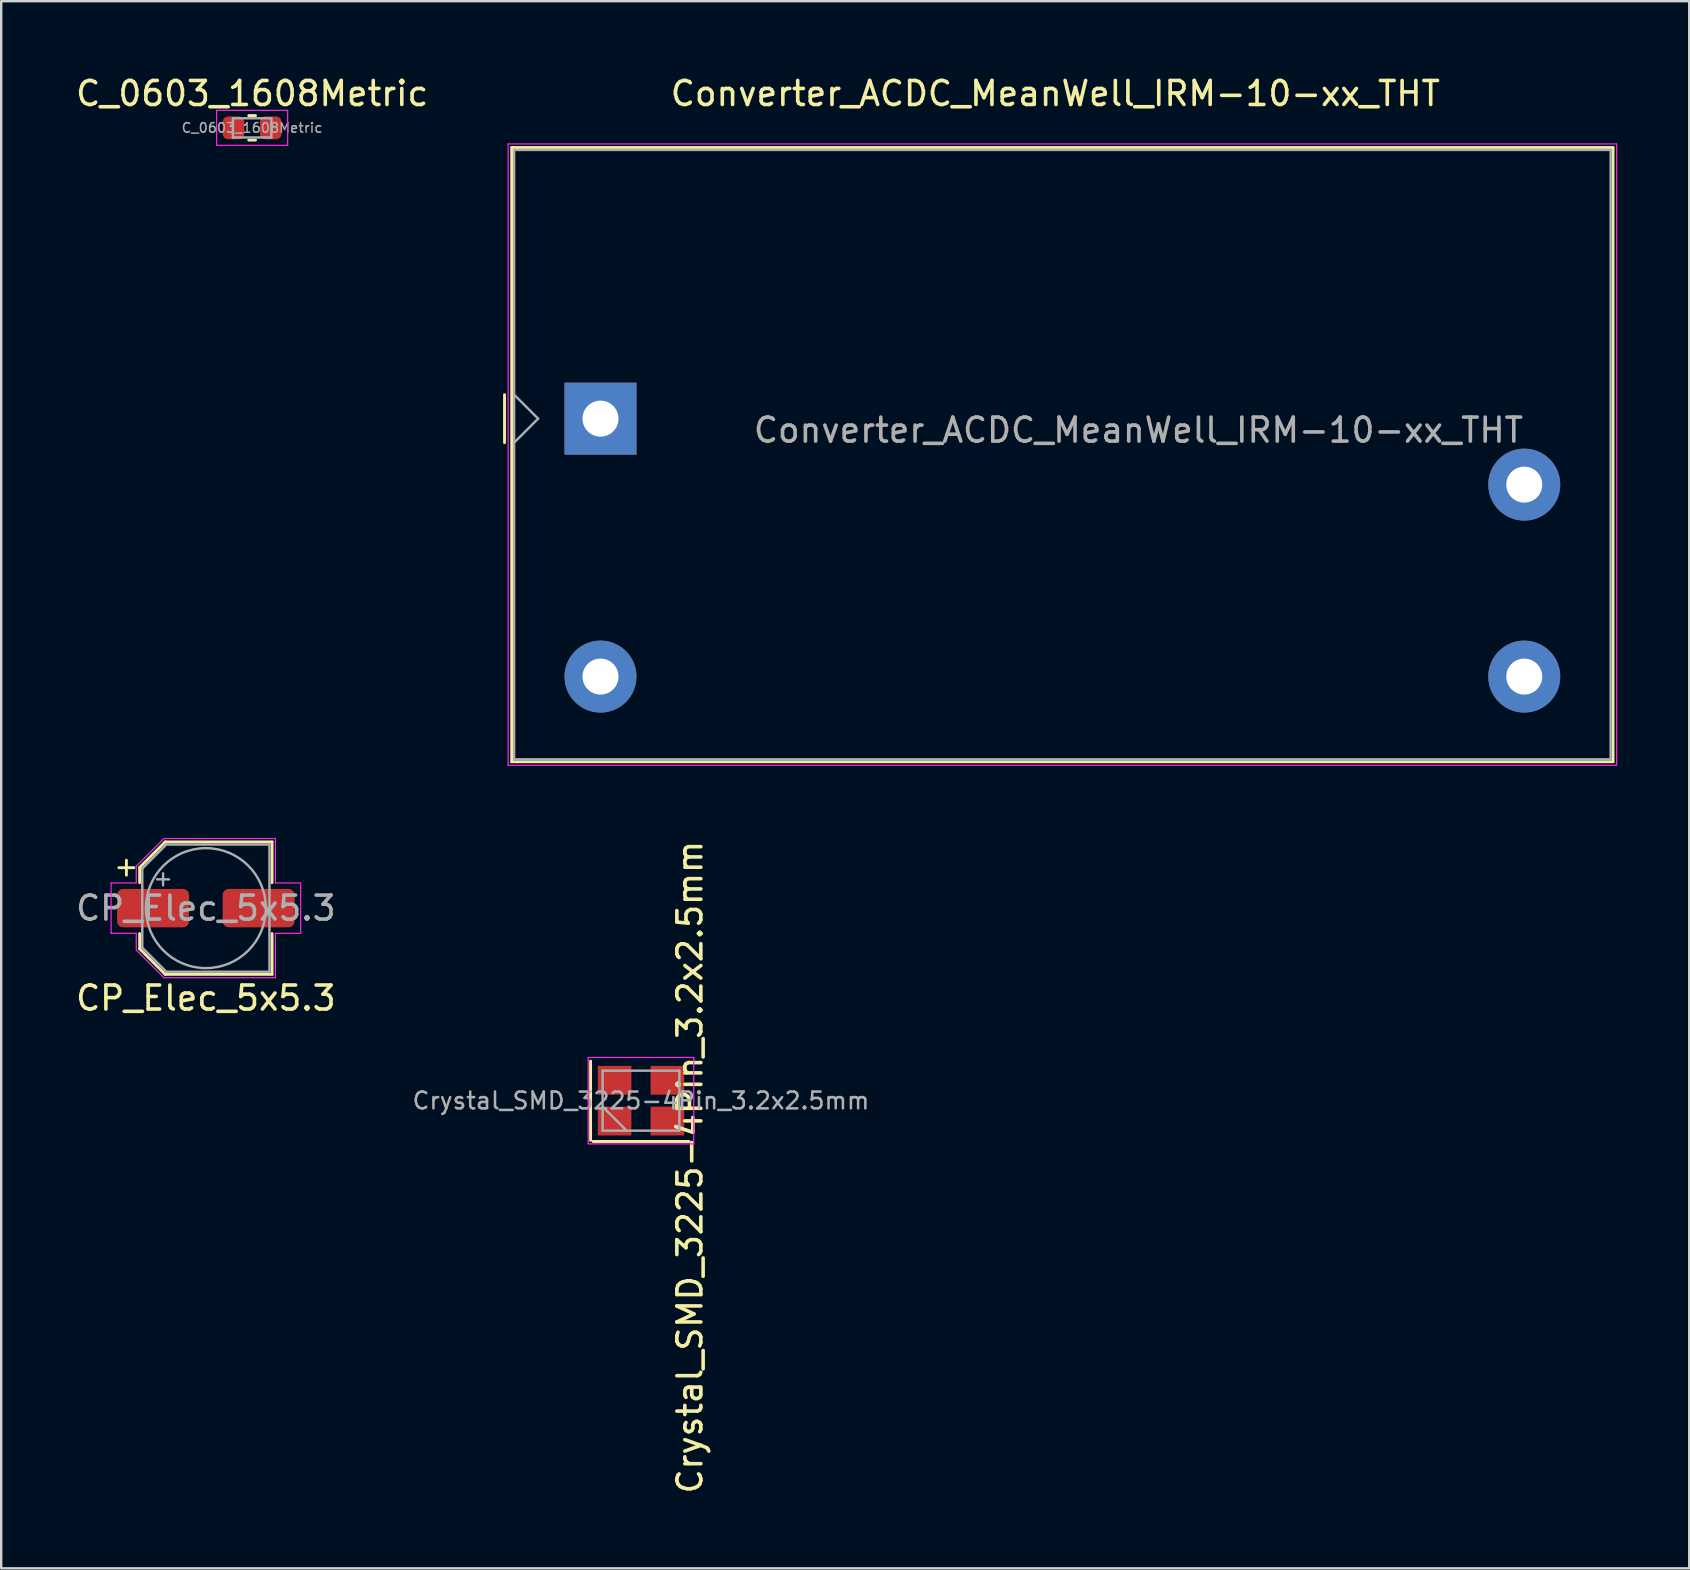
<source format=kicad_pcb>
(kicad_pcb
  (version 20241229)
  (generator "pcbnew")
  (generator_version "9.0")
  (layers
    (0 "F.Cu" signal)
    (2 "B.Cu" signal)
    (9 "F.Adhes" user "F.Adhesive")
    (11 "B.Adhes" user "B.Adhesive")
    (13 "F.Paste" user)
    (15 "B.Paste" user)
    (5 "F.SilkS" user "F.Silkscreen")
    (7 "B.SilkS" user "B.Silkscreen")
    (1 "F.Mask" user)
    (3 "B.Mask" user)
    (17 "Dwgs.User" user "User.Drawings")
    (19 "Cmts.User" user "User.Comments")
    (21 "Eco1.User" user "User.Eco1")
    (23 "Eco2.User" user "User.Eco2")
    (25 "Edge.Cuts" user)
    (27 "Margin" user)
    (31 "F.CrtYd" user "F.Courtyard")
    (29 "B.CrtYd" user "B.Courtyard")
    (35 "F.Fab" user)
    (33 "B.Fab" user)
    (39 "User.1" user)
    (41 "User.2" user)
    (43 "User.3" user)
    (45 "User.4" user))
  (footprint "CP_Elec_5x5.3"
    (layer "F.Cu")
    (at 5.53 34.798)
    (property "Reference" "CP_Elec_5x5.3" (at 0 3.75 0) (layer "F.SilkS") (effects (font (size 1 1) (thickness 0.15))))
    (attr smd)
    (fp_line (start -3.312 -1.373) (end -3.312 -1.998) (stroke (width 0.12) (type solid)) (layer "F.SilkS"))
    (fp_line (start -3 -1.685) (end -3.625 -1.685) (stroke (width 0.12) (type solid)) (layer "F.SilkS"))
    (fp_line (start -2.76 -1.06) (end -2.76 -1.696) (stroke (width 0.12) (type solid)) (layer "F.SilkS"))
    (fp_line (start -2.76 1.06) (end -2.76 1.696) (stroke (width 0.12) (type solid)) (layer "F.SilkS"))
    (fp_line (start -1.696 -2.76) (end -2.76 -1.696) (stroke (width 0.12) (type solid)) (layer "F.SilkS"))
    (fp_line (start -1.696 2.76) (end -2.76 1.696) (stroke (width 0.12) (type solid)) (layer "F.SilkS"))
    (fp_line (start 2.76 -2.76) (end -1.696 -2.76) (stroke (width 0.12) (type solid)) (layer "F.SilkS"))
    (fp_line (start 2.76 -1.06) (end 2.76 -2.76) (stroke (width 0.12) (type solid)) (layer "F.SilkS"))
    (fp_line (start 2.76 1.06) (end 2.76 2.76) (stroke (width 0.12) (type solid)) (layer "F.SilkS"))
    (fp_line (start 2.76 2.76) (end -1.696 2.76) (stroke (width 0.12) (type solid)) (layer "F.SilkS"))
    (fp_line (start -3.95 -1.05) (end -2.9 -1.05) (stroke (width 0.05) (type solid)) (layer "F.CrtYd"))
    (fp_line (start -3.95 1.05) (end -3.95 -1.05) (stroke (width 0.05) (type solid)) (layer "F.CrtYd"))
    (fp_line (start -2.9 -1.05) (end -2.9 -1.75) (stroke (width 0.05) (type solid)) (layer "F.CrtYd"))
    (fp_line (start -2.9 1.05) (end -3.95 1.05) (stroke (width 0.05) (type solid)) (layer "F.CrtYd"))
    (fp_line (start -2.9 1.75) (end -2.9 1.05) (stroke (width 0.05) (type solid)) (layer "F.CrtYd"))
    (fp_line (start -1.75 -2.9) (end -2.9 -1.75) (stroke (width 0.05) (type solid)) (layer "F.CrtYd"))
    (fp_line (start -1.75 2.9) (end -2.9 1.75) (stroke (width 0.05) (type solid)) (layer "F.CrtYd"))
    (fp_line (start 2.9 -2.9) (end -1.75 -2.9) (stroke (width 0.05) (type solid)) (layer "F.CrtYd"))
    (fp_line (start 2.9 -1.05) (end 2.9 -2.9) (stroke (width 0.05) (type solid)) (layer "F.CrtYd"))
    (fp_line (start 2.9 1.05) (end 3.95 1.05) (stroke (width 0.05) (type solid)) (layer "F.CrtYd"))
    (fp_line (start 2.9 2.9) (end -1.75 2.9) (stroke (width 0.05) (type solid)) (layer "F.CrtYd"))
    (fp_line (start 2.9 2.9) (end 2.9 1.05) (stroke (width 0.05) (type solid)) (layer "F.CrtYd"))
    (fp_line (start 3.95 -1.05) (end 2.9 -1.05) (stroke (width 0.05) (type solid)) (layer "F.CrtYd"))
    (fp_line (start 3.95 1.05) (end 3.95 -1.05) (stroke (width 0.05) (type solid)) (layer "F.CrtYd"))
    (fp_line (start -2.65 1.65) (end -2.65 -1.65) (stroke (width 0.1) (type solid)) (layer "F.Fab"))
    (fp_line (start -1.784 -0.95) (end -1.784 -1.45) (stroke (width 0.1) (type solid)) (layer "F.Fab"))
    (fp_line (start -1.65 -2.65) (end -2.65 -1.65) (stroke (width 0.1) (type solid)) (layer "F.Fab"))
    (fp_line (start -1.65 2.65) (end -2.65 1.65) (stroke (width 0.1) (type solid)) (layer "F.Fab"))
    (fp_line (start -1.534 -1.2) (end -2.034 -1.2) (stroke (width 0.1) (type solid)) (layer "F.Fab"))
    (fp_line (start 2.65 -2.65) (end -1.65 -2.65) (stroke (width 0.1) (type solid)) (layer "F.Fab"))
    (fp_line (start 2.65 2.65) (end -1.65 2.65) (stroke (width 0.1) (type solid)) (layer "F.Fab"))
    (fp_line (start 2.65 2.65) (end 2.65 -2.65) (stroke (width 0.1) (type solid)) (layer "F.Fab"))
    (fp_circle (center 0 0) (end 2.5 0) (stroke (width 0.1) (type solid)) (fill no) (layer "F.Fab"))
    (fp_text user "${REFERENCE}" (at 0 0 0) (layer "F.Fab") (effects (font (size 1 1) (thickness 0.15))))
    (pad "1" smd roundrect (at -2.2 0 180) (size 3 1.6) (layers "F.Cu" "F.Mask" "F.Paste") (roundrect_rratio 0.156))
    (pad "2" smd roundrect (at 2.2 0 180) (size 3 1.6) (layers "F.Cu" "F.Mask" "F.Paste") (roundrect_rratio 0.156)))
  (footprint "Converter_ACDC_MeanWell_IRM-10-xx_THT"
    (layer "F.Cu")
    (at 21.977 14.398)
    (property "Reference" "Converter_ACDC_MeanWell_IRM-10-xx_THT" (at 18.957 -13.55 0) (layer "F.SilkS") (effects (font (size 1 1) (thickness 0.15))))
    (attr through_hole)
    (fp_line (start -4 1) (end -4 -1) (stroke (width 0.12) (type solid)) (layer "F.SilkS"))
    (fp_line (start -3.7 14.3) (end -3.7 -11.3) (stroke (width 0.12) (type solid)) (layer "F.SilkS"))
    (fp_line (start 42.2 -11.3) (end -3.7 -11.3) (stroke (width 0.12) (type solid)) (layer "F.SilkS"))
    (fp_line (start 42.2 14.3) (end -3.7 14.3) (stroke (width 0.12) (type solid)) (layer "F.SilkS"))
    (fp_line (start 42.2 14.3) (end 42.2 -11.3) (stroke (width 0.12) (type solid)) (layer "F.SilkS"))
    (fp_line (start -3.85 14.45) (end -3.85 -11.45) (stroke (width 0.05) (type solid)) (layer "F.CrtYd"))
    (fp_line (start 42.35 -11.45) (end -3.85 -11.45) (stroke (width 0.05) (type solid)) (layer "F.CrtYd"))
    (fp_line (start 42.35 14.45) (end -3.85 14.45) (stroke (width 0.05) (type solid)) (layer "F.CrtYd"))
    (fp_line (start 42.35 14.45) (end 42.35 -11.45) (stroke (width 0.05) (type solid)) (layer "F.CrtYd"))
    (fp_line (start -3.6 -11.2) (end 42.1 -11.2) (stroke (width 0.1) (type solid)) (layer "F.Fab"))
    (fp_line (start -3.6 14.2) (end -3.6 -11.2) (stroke (width 0.1) (type solid)) (layer "F.Fab"))
    (fp_line (start -2.6 0) (end -3.6 -1) (stroke (width 0.1) (type solid)) (layer "F.Fab"))
    (fp_line (start -2.6 0) (end -3.6 1) (stroke (width 0.1) (type solid)) (layer "F.Fab"))
    (fp_line (start 42.1 14.2) (end -3.6 14.2) (stroke (width 0.1) (type solid)) (layer "F.Fab"))
    (fp_line (start 42.1 14.2) (end 42.1 -11.2) (stroke (width 0.1) (type solid)) (layer "F.Fab"))
    (fp_text user "${REFERENCE}" (at 22.42 0.48 0) (layer "F.Fab") (effects (font (size 1 1) (thickness 0.15))))
    (pad "1" thru_hole rect (at 0 0 180) (size 3 3) (drill 1.5) (layers "*.Cu" "*.Mask"))
    (pad "2" thru_hole circle (at 0 10.75 180) (size 3 3) (drill 1.5) (layers "*.Cu" "*.Mask"))
    (pad "3" thru_hole circle (at 38.5 10.75 180) (size 3 3) (drill 1.5) (layers "*.Cu" "*.Mask"))
    (pad "4" thru_hole circle (at 38.5 2.75 180) (size 3 3) (drill 1.5) (layers "*.Cu" "*.Mask")))
  (footprint "C_0603_1608Metric"
    (layer "F.Cu")
    (at 7.458 2.278)
    (property "Reference" "C_0603_1608Metric" (at 0 -1.43 0) (layer "F.SilkS") (effects (font (size 1 1) (thickness 0.15))))
    (attr smd)
    (fp_line (start 0.141 -0.51) (end -0.141 -0.51) (stroke (width 0.12) (type solid)) (layer "F.SilkS"))
    (fp_line (start 0.141 0.51) (end -0.141 0.51) (stroke (width 0.12) (type solid)) (layer "F.SilkS"))
    (fp_line (start -1.48 -0.73) (end -1.48 0.73) (stroke (width 0.05) (type solid)) (layer "F.CrtYd"))
    (fp_line (start -1.48 0.73) (end 1.48 0.73) (stroke (width 0.05) (type solid)) (layer "F.CrtYd"))
    (fp_line (start 1.48 -0.73) (end -1.48 -0.73) (stroke (width 0.05) (type solid)) (layer "F.CrtYd"))
    (fp_line (start 1.48 0.73) (end 1.48 -0.73) (stroke (width 0.05) (type solid)) (layer "F.CrtYd"))
    (fp_line (start -0.8 -0.4) (end -0.8 0.4) (stroke (width 0.1) (type solid)) (layer "F.Fab"))
    (fp_line (start -0.8 0.4) (end 0.8 0.4) (stroke (width 0.1) (type solid)) (layer "F.Fab"))
    (fp_line (start 0.8 -0.4) (end -0.8 -0.4) (stroke (width 0.1) (type solid)) (layer "F.Fab"))
    (fp_line (start 0.8 0.4) (end 0.8 -0.4) (stroke (width 0.1) (type solid)) (layer "F.Fab"))
    (fp_text user "${REFERENCE}" (at 0 0 0) (layer "F.Fab") (effects (font (size 0.4 0.4) (thickness 0.06))))
    (pad "1" smd roundrect (at -0.775 0 180) (size 0.9 0.95) (layers "F.Cu" "F.Mask" "F.Paste") (roundrect_rratio 0.25))
    (pad "2" smd roundrect (at 0.775 0 180) (size 0.9 0.95) (layers "F.Cu" "F.Mask" "F.Paste") (roundrect_rratio 0.25)))
  (footprint "Crystal_SMD_3225-4Pin_3.2x2.5mm"
    (layer "F.Cu")
    (at 23.664 42.823)
    (property "Reference" "Crystal_SMD_3225-4Pin_3.2x2.5mm" (at 2.04 2.77 90) (layer "F.SilkS") (effects (font (size 1 1) (thickness 0.15))))
    (attr smd)
    (fp_line (start -2.1 -1.65) (end -2.1 1.65) (stroke (width 0.12) (type solid)) (layer "F.SilkS"))
    (fp_line (start -2 1.7) (end 2 1.7) (stroke (width 0.12) (type solid)) (layer "F.SilkS"))
    (fp_line (start -2.2 -1.8) (end -2.2 -1.7) (stroke (width 0.05) (type default)) (layer "F.CrtYd"))
    (fp_line (start -2.2 -1.7) (end -2.2 1.7) (stroke (width 0.05) (type solid)) (layer "F.CrtYd"))
    (fp_line (start -2.2 1.7) (end -2.2 1.8) (stroke (width 0.05) (type default)) (layer "F.CrtYd"))
    (fp_line (start -2.2 1.8) (end -2.1 1.8) (stroke (width 0.05) (type default)) (layer "F.CrtYd"))
    (fp_line (start -2.1 -1.8) (end -2.2 -1.8) (stroke (width 0.05) (type default)) (layer "F.CrtYd"))
    (fp_line (start -2.1 1.8) (end 2.1 1.8) (stroke (width 0.05) (type solid)) (layer "F.CrtYd"))
    (fp_line (start 2.1 -1.8) (end -2.1 -1.8) (stroke (width 0.05) (type solid)) (layer "F.CrtYd"))
    (fp_line (start 2.1 -1.8) (end 2.2 -1.8) (stroke (width 0.05) (type default)) (layer "F.CrtYd"))
    (fp_line (start 2.2 -1.8) (end 2.2 -1.7) (stroke (width 0.05) (type default)) (layer "F.CrtYd"))
    (fp_line (start 2.2 1.7) (end 2.2 -1.7) (stroke (width 0.05) (type solid)) (layer "F.CrtYd"))
    (fp_line (start 2.2 1.7) (end 2.2 1.8) (stroke (width 0.05) (type default)) (layer "F.CrtYd"))
    (fp_line (start 2.2 1.8) (end 2.1 1.8) (stroke (width 0.05) (type default)) (layer "F.CrtYd"))
    (fp_line (start -1.6 -1.25) (end -1.6 1.25) (stroke (width 0.1) (type solid)) (layer "F.Fab"))
    (fp_line (start -1.6 0.25) (end -0.6 1.25) (stroke (width 0.1) (type solid)) (layer "F.Fab"))
    (fp_line (start -1.6 1.25) (end 1.6 1.25) (stroke (width 0.1) (type solid)) (layer "F.Fab"))
    (fp_line (start 1.6 -1.25) (end -1.6 -1.25) (stroke (width 0.1) (type solid)) (layer "F.Fab"))
    (fp_line (start 1.6 1.25) (end 1.6 -1.25) (stroke (width 0.1) (type solid)) (layer "F.Fab"))
    (fp_text user "${REFERENCE}" (at 0 0 0) (layer "F.Fab") (effects (font (size 0.7 0.7) (thickness 0.105))))
    (pad "1" smd rect (at -1.1 0.85) (size 1.4 1.2) (layers "F.Cu" "F.Mask" "F.Paste"))
    (pad "2" smd rect (at 1.1 0.85) (size 1.4 1.2) (layers "F.Cu" "F.Mask" "F.Paste"))
    (pad "3" smd rect (at 1.1 -0.85) (size 1.4 1.2) (layers "F.Cu" "F.Mask" "F.Paste"))
    (pad "4" smd rect (at -1.1 -0.85) (size 1.4 1.2) (layers "F.Cu" "F.Mask" "F.Paste")))
  (gr_rect
    (start -3 -3)
    (end 67.352 62.314)
    (stroke (width 0.1) (type default))
    (fill no)
    (layer "Edge.Cuts")))
</source>
